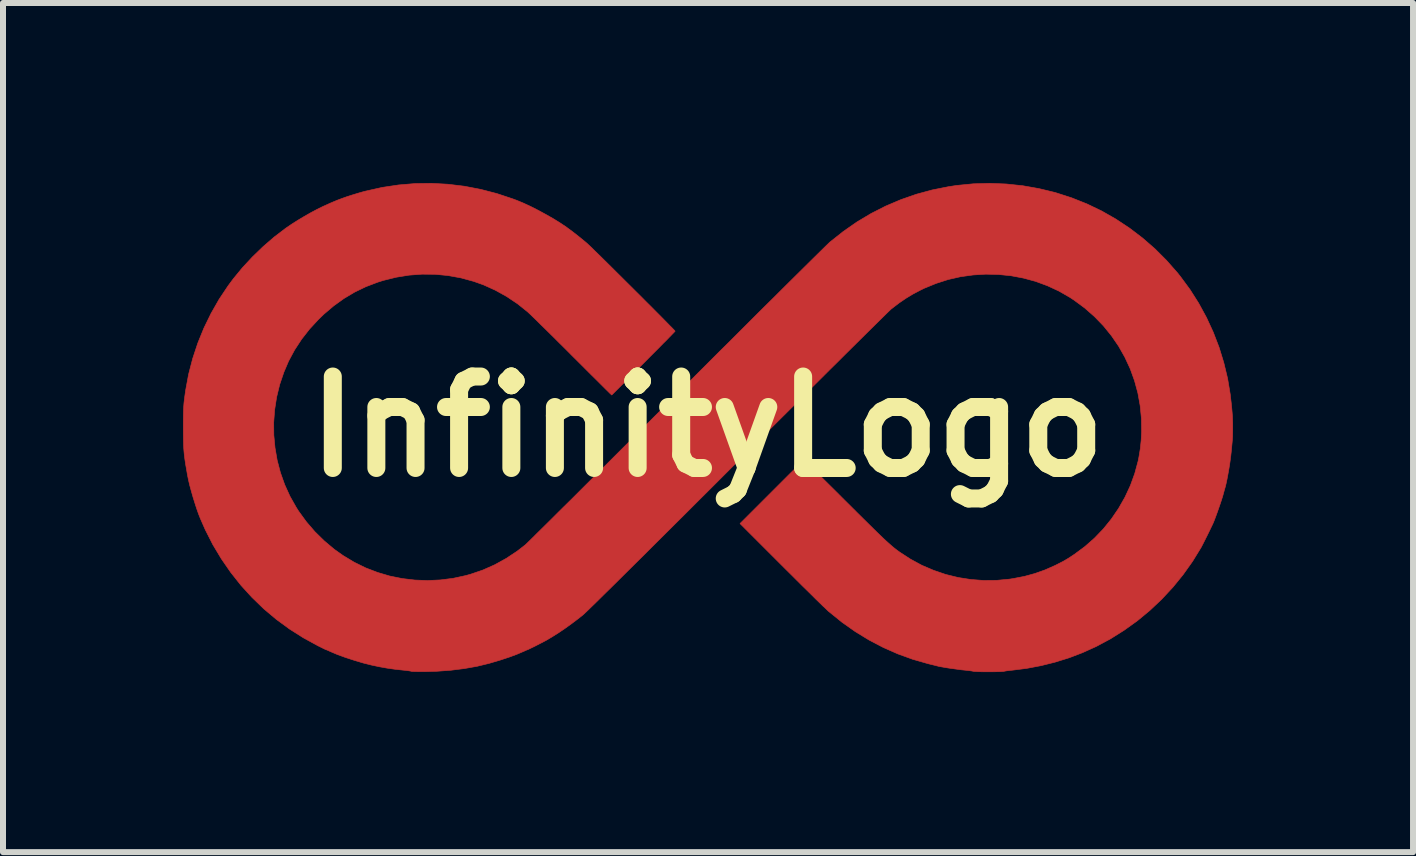
<source format=kicad_pcb>
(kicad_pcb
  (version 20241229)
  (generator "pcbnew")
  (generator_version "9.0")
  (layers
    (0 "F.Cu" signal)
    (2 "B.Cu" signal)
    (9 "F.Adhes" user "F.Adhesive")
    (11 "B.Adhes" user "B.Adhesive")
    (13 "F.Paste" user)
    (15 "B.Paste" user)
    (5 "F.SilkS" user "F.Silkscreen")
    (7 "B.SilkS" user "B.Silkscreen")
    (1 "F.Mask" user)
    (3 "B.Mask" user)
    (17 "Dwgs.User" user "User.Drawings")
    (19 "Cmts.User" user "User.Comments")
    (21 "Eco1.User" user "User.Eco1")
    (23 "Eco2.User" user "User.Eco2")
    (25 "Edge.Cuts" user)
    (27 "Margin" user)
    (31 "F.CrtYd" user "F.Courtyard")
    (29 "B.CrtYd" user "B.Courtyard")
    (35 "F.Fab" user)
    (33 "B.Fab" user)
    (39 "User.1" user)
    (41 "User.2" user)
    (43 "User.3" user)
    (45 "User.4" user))
  (footprint "InfinityLogo"
    (layer "F.Cu")
    (at 8.737 4.059)
    (property "Reference" "InfinityLogo" (at 0 0 0) (layer "F.SilkS") (effects (font (size 1.524 1.524) (thickness 0.3))))
    (attr through_hole)
    (fp_poly (pts (xy -4.323 -4.039) (xy -4.05 -4.006) (xy -3.779 -3.954) (xy -3.509 -3.884) (xy -3.242 -3.795) (xy -3.177 -3.771) (xy -3.066 -3.725) (xy -2.945 -3.669) (xy -2.819 -3.605) (xy -2.692 -3.536) (xy -2.567 -3.465) (xy -2.451 -3.393) (xy -2.346 -3.323) (xy -2.335 -3.314) (xy -2.244 -3.247) (xy -2.147 -3.171) (xy -2.05 -3.092) (xy -2.005 -3.054) (xy -1.988 -3.038) (xy -1.959 -3.011) (xy -1.919 -2.973) (xy -1.871 -2.925) (xy -1.814 -2.87) (xy -1.749 -2.806) (xy -1.679 -2.737) (xy -1.603 -2.662) (xy -1.524 -2.583) (xy -1.441 -2.501) (xy -1.356 -2.416) (xy -1.27 -2.331) (xy -1.184 -2.245) (xy -1.099 -2.161) (xy -1.017 -2.078) (xy -0.937 -1.999) (xy -0.862 -1.923) (xy -0.792 -1.853) (xy -0.728 -1.788) (xy -0.672 -1.731) (xy -0.624 -1.682) (xy -0.585 -1.643) (xy -0.557 -1.614) (xy -0.541 -1.596) (xy -0.537 -1.59) (xy -0.543 -1.583) (xy -0.562 -1.563) (xy -0.592 -1.532) (xy -0.633 -1.49) (xy -0.682 -1.439) (xy -0.741 -1.381) (xy -0.806 -1.314) (xy -0.878 -1.242) (xy -0.955 -1.165) (xy -1.036 -1.083) (xy -1.065 -1.054) (xy -1.593 -0.526) (xy -1.626 -0.557) (xy -1.637 -0.568) (xy -1.661 -0.592) (xy -1.696 -0.626) (xy -1.741 -0.671) (xy -1.796 -0.726) (xy -1.859 -0.789) (xy -1.93 -0.859) (xy -2.007 -0.936) (xy -2.089 -1.018) (xy -2.176 -1.105) (xy -2.267 -1.195) (xy -2.286 -1.215) (xy -2.378 -1.307) (xy -2.468 -1.396) (xy -2.554 -1.482) (xy -2.636 -1.563) (xy -2.712 -1.638) (xy -2.782 -1.706) (xy -2.843 -1.767) (xy -2.896 -1.818) (xy -2.939 -1.86) (xy -2.971 -1.89) (xy -2.99 -1.908) (xy -2.992 -1.91) (xy -3.163 -2.047) (xy -3.344 -2.168) (xy -3.533 -2.273) (xy -3.73 -2.362) (xy -3.893 -2.42) (xy -4.105 -2.478) (xy -4.319 -2.517) (xy -4.536 -2.538) (xy -4.753 -2.54) (xy -4.969 -2.524) (xy -5.185 -2.489) (xy -5.399 -2.436) (xy -5.494 -2.406) (xy -5.691 -2.331) (xy -5.877 -2.241) (xy -6.055 -2.135) (xy -6.225 -2.013) (xy -6.389 -1.874) (xy -6.477 -1.789) (xy -6.628 -1.626) (xy -6.761 -1.456) (xy -6.878 -1.277) (xy -6.978 -1.091) (xy -7.056 -0.908) (xy -7.126 -0.702) (xy -7.177 -0.493) (xy -7.21 -0.282) (xy -7.226 -0.07) (xy -7.224 0.142) (xy -7.204 0.353) (xy -7.168 0.562) (xy -7.114 0.767) (xy -7.043 0.967) (xy -6.955 1.161) (xy -6.85 1.347) (xy -6.81 1.41) (xy -6.682 1.586) (xy -6.54 1.751) (xy -6.383 1.905) (xy -6.215 2.046) (xy -6.068 2.15) (xy -5.885 2.26) (xy -5.694 2.354) (xy -5.496 2.43) (xy -5.293 2.49) (xy -5.085 2.532) (xy -4.874 2.557) (xy -4.661 2.565) (xy -4.448 2.555) (xy -4.235 2.528) (xy -4.024 2.482) (xy -3.945 2.46) (xy -3.74 2.39) (xy -3.542 2.302) (xy -3.352 2.197) (xy -3.169 2.076) (xy -3.031 1.969) (xy -3.02 1.958) (xy -2.995 1.934) (xy -2.958 1.898) (xy -2.909 1.85) (xy -2.849 1.79) (xy -2.778 1.72) (xy -2.696 1.639) (xy -2.605 1.549) (xy -2.504 1.448) (xy -2.394 1.339) (xy -2.275 1.222) (xy -2.149 1.096) (xy -2.015 0.962) (xy -1.874 0.822) (xy -1.726 0.675) (xy -1.573 0.522) (xy -1.414 0.363) (xy -1.249 0.199) (xy -1.08 0.031) (xy -0.907 -0.142) (xy -0.73 -0.319) (xy -0.55 -0.498) (xy -0.508 -0.54) (xy -0.327 -0.721) (xy -0.149 -0.899) (xy 0.025 -1.073) (xy 0.196 -1.244) (xy 0.363 -1.409) (xy 0.524 -1.57) (xy 0.68 -1.726) (xy 0.83 -1.876) (xy 0.974 -2.019) (xy 1.112 -2.155) (xy 1.241 -2.284) (xy 1.363 -2.405) (xy 1.477 -2.518) (xy 1.582 -2.622) (xy 1.677 -2.716) (xy 1.763 -2.801) (xy 1.839 -2.876) (xy 1.903 -2.939) (xy 1.957 -2.992) (xy 1.999 -3.033) (xy 2.028 -3.061) (xy 2.045 -3.077) (xy 2.047 -3.078) (xy 2.266 -3.252) (xy 2.493 -3.41) (xy 2.729 -3.551) (xy 2.973 -3.675) (xy 3.225 -3.782) (xy 3.483 -3.872) (xy 3.748 -3.944) (xy 4.019 -3.998) (xy 4.156 -4.019) (xy 4.431 -4.046) (xy 4.706 -4.054) (xy 4.982 -4.043) (xy 5.256 -4.014) (xy 5.527 -3.966) (xy 5.796 -3.901) (xy 5.809 -3.897) (xy 6.07 -3.813) (xy 6.324 -3.712) (xy 6.57 -3.594) (xy 6.807 -3.459) (xy 7.034 -3.309) (xy 7.251 -3.144) (xy 7.458 -2.964) (xy 7.653 -2.769) (xy 7.837 -2.56) (xy 7.886 -2.498) (xy 8.045 -2.282) (xy 8.189 -2.055) (xy 8.318 -1.818) (xy 8.431 -1.573) (xy 8.528 -1.321) (xy 8.607 -1.064) (xy 8.67 -0.802) (xy 8.714 -0.538) (xy 8.721 -0.475) (xy 8.732 -0.381) (xy 8.74 -0.3) (xy 8.746 -0.231) (xy 8.751 -0.17) (xy 8.753 -0.111) (xy 8.755 -0.052) (xy 8.755 0.011) (xy 8.755 0.014) (xy 8.755 0.069) (xy 8.754 0.118) (xy 8.753 0.166) (xy 8.75 0.215) (xy 8.745 0.269) (xy 8.739 0.332) (xy 8.732 0.407) (xy 8.722 0.497) (xy 8.721 0.499) (xy 8.713 0.567) (xy 8.702 0.642) (xy 8.689 0.721) (xy 8.675 0.799) (xy 8.661 0.874) (xy 8.647 0.941) (xy 8.634 0.996) (xy 8.624 1.031) (xy 8.617 1.054) (xy 8.608 1.088) (xy 8.597 1.127) (xy 8.596 1.132) (xy 8.585 1.17) (xy 8.569 1.221) (xy 8.549 1.281) (xy 8.527 1.345) (xy 8.504 1.411) (xy 8.481 1.475) (xy 8.46 1.531) (xy 8.442 1.578) (xy 8.43 1.607) (xy 8.411 1.647) (xy 8.387 1.697) (xy 8.36 1.753) (xy 8.331 1.812) (xy 8.302 1.87) (xy 8.275 1.924) (xy 8.252 1.969) (xy 8.234 2.003) (xy 8.228 2.015) (xy 8.086 2.246) (xy 7.929 2.467) (xy 7.758 2.677) (xy 7.573 2.876) (xy 7.376 3.062) (xy 7.167 3.235) (xy 6.947 3.393) (xy 6.718 3.537) (xy 6.481 3.664) (xy 6.251 3.768) (xy 6.028 3.853) (xy 5.796 3.925) (xy 5.56 3.984) (xy 5.323 4.029) (xy 5.093 4.058) (xy 5.045 4.063) (xy 5.002 4.068) (xy 4.968 4.073) (xy 4.948 4.077) (xy 4.948 4.077) (xy 4.931 4.08) (xy 4.899 4.082) (xy 4.853 4.084) (xy 4.797 4.085) (xy 4.735 4.086) (xy 4.688 4.086) (xy 4.623 4.086) (xy 4.562 4.085) (xy 4.509 4.083) (xy 4.467 4.081) (xy 4.438 4.079) (xy 4.429 4.077) (xy 4.409 4.073) (xy 4.375 4.068) (xy 4.332 4.063) (xy 4.284 4.058) (xy 4.284 4.058) (xy 4.233 4.053) (xy 4.174 4.045) (xy 4.109 4.036) (xy 4.042 4.027) (xy 3.978 4.017) (xy 3.921 4.007) (xy 3.875 3.999) (xy 3.842 3.992) (xy 3.841 3.991) (xy 3.82 3.986) (xy 3.785 3.977) (xy 3.741 3.966) (xy 3.691 3.954) (xy 3.672 3.949) (xy 3.421 3.877) (xy 3.173 3.787) (xy 2.931 3.68) (xy 2.694 3.556) (xy 2.465 3.416) (xy 2.244 3.26) (xy 2.033 3.089) (xy 2.019 3.078) (xy 2 3.06) (xy 1.968 3.029) (xy 1.924 2.988) (xy 1.871 2.936) (xy 1.808 2.875) (xy 1.738 2.805) (xy 1.66 2.728) (xy 1.576 2.646) (xy 1.488 2.558) (xy 1.395 2.465) (xy 1.299 2.37) (xy 1.235 2.306) (xy 0.545 1.616) (xy 1.075 1.086) (xy 1.158 1.003) (xy 1.237 0.924) (xy 1.311 0.85) (xy 1.379 0.782) (xy 1.441 0.721) (xy 1.494 0.668) (xy 1.539 0.624) (xy 1.574 0.59) (xy 1.597 0.567) (xy 1.609 0.556) (xy 1.611 0.555) (xy 1.618 0.562) (xy 1.637 0.581) (xy 1.669 0.611) (xy 1.711 0.652) (xy 1.762 0.703) (xy 1.823 0.763) (xy 1.891 0.831) (xy 1.966 0.906) (xy 2.048 0.987) (xy 2.135 1.073) (xy 2.226 1.164) (xy 2.288 1.226) (xy 2.406 1.343) (xy 2.511 1.448) (xy 2.605 1.541) (xy 2.688 1.623) (xy 2.761 1.695) (xy 2.826 1.759) (xy 2.883 1.814) (xy 2.933 1.862) (xy 2.977 1.903) (xy 3.017 1.939) (xy 3.052 1.97) (xy 3.084 1.998) (xy 3.113 2.022) (xy 3.141 2.044) (xy 3.169 2.065) (xy 3.198 2.086) (xy 3.206 2.092) (xy 3.386 2.209) (xy 3.574 2.311) (xy 3.771 2.395) (xy 3.973 2.464) (xy 4.181 2.515) (xy 4.392 2.548) (xy 4.606 2.564) (xy 4.821 2.562) (xy 5.035 2.542) (xy 5.098 2.532) (xy 5.284 2.496) (xy 5.459 2.448) (xy 5.628 2.388) (xy 5.795 2.314) (xy 5.821 2.301) (xy 5.88 2.271) (xy 5.929 2.246) (xy 5.972 2.221) (xy 6.014 2.196) (xy 6.062 2.165) (xy 6.119 2.127) (xy 6.292 1.999) (xy 6.452 1.858) (xy 6.6 1.704) (xy 6.734 1.538) (xy 6.854 1.362) (xy 6.96 1.176) (xy 7.05 0.982) (xy 7.123 0.781) (xy 7.179 0.574) (xy 7.193 0.504) (xy 7.215 0.37) (xy 7.23 0.227) (xy 7.237 0.085) (xy 7.234 -0.134) (xy 7.213 -0.349) (xy 7.175 -0.559) (xy 7.119 -0.765) (xy 7.047 -0.964) (xy 6.958 -1.156) (xy 6.854 -1.34) (xy 6.734 -1.515) (xy 6.6 -1.68) (xy 6.451 -1.834) (xy 6.288 -1.977) (xy 6.112 -2.107) (xy 6.044 -2.152) (xy 5.86 -2.258) (xy 5.668 -2.347) (xy 5.47 -2.42) (xy 5.267 -2.475) (xy 5.06 -2.514) (xy 4.851 -2.535) (xy 4.64 -2.54) (xy 4.43 -2.527) (xy 4.221 -2.498) (xy 4.014 -2.451) (xy 3.812 -2.386) (xy 3.614 -2.305) (xy 3.549 -2.273) (xy 3.427 -2.209) (xy 3.313 -2.14) (xy 3.201 -2.064) (xy 3.087 -1.977) (xy 3.064 -1.959) (xy 3.052 -1.948) (xy 3.027 -1.924) (xy 2.99 -1.888) (xy 2.941 -1.84) (xy 2.88 -1.78) (xy 2.809 -1.71) (xy 2.727 -1.629) (xy 2.635 -1.538) (xy 2.534 -1.438) (xy 2.423 -1.328) (xy 2.304 -1.21) (xy 2.178 -1.084) (xy 2.043 -0.951) (xy 1.902 -0.81) (xy 1.754 -0.663) (xy 1.6 -0.509) (xy 1.44 -0.35) (xy 1.275 -0.186) (xy 1.105 -0.017) (xy 0.932 0.156) (xy 0.754 0.333) (xy 0.574 0.514) (xy 0.513 0.574) (xy 0.282 0.805) (xy 0.061 1.026) (xy -0.151 1.237) (xy -0.353 1.439) (xy -0.545 1.63) (xy -0.726 1.81) (xy -0.897 1.98) (xy -1.057 2.14) (xy -1.207 2.288) (xy -1.345 2.425) (xy -1.472 2.551) (xy -1.587 2.665) (xy -1.691 2.767) (xy -1.782 2.857) (xy -1.862 2.936) (xy -1.929 3.001) (xy -1.984 3.055) (xy -2.026 3.095) (xy -2.056 3.123) (xy -2.071 3.137) (xy -2.166 3.212) (xy -2.27 3.29) (xy -2.377 3.367) (xy -2.484 3.439) (xy -2.587 3.504) (xy -2.68 3.559) (xy -2.683 3.561) (xy -2.712 3.576) (xy -2.749 3.596) (xy -2.793 3.618) (xy -2.839 3.642) (xy -2.884 3.665) (xy -2.926 3.685) (xy -2.961 3.702) (xy -2.985 3.714) (xy -2.997 3.719) (xy -2.997 3.719) (xy -3.007 3.722) (xy -3.03 3.732) (xy -3.06 3.746) (xy -3.061 3.746) (xy -3.173 3.794) (xy -3.3 3.841) (xy -3.445 3.889) (xy -3.607 3.937) (xy -3.634 3.945) (xy -3.835 3.994) (xy -4.049 4.032) (xy -4.272 4.06) (xy -4.503 4.077) (xy -4.67 4.082) (xy -4.737 4.083) (xy -4.798 4.083) (xy -4.851 4.082) (xy -4.893 4.081) (xy -4.921 4.08) (xy -4.933 4.078) (xy -4.947 4.074) (xy -4.976 4.069) (xy -5.016 4.064) (xy -5.063 4.059) (xy -5.074 4.058) (xy -5.203 4.044) (xy -5.337 4.025) (xy -5.47 4.001) (xy -5.597 3.974) (xy -5.712 3.945) (xy -5.715 3.945) (xy -5.883 3.895) (xy -6.034 3.846) (xy -6.168 3.797) (xy -6.286 3.747) (xy -6.296 3.742) (xy -6.324 3.729) (xy -6.344 3.721) (xy -6.351 3.719) (xy -6.361 3.715) (xy -6.385 3.704) (xy -6.419 3.687) (xy -6.461 3.666) (xy -6.488 3.653) (xy -6.731 3.52) (xy -6.963 3.373) (xy -7.184 3.211) (xy -7.393 3.035) (xy -7.589 2.845) (xy -7.773 2.643) (xy -7.943 2.428) (xy -8.099 2.202) (xy -8.241 1.965) (xy -8.367 1.717) (xy -8.449 1.53) (xy -8.479 1.454) (xy -8.51 1.366) (xy -8.541 1.27) (xy -8.572 1.17) (xy -8.6 1.071) (xy -8.626 0.976) (xy -8.646 0.89) (xy -8.661 0.816) (xy -8.662 0.812) (xy -8.679 0.712) (xy -8.694 0.627) (xy -8.705 0.553) (xy -8.714 0.487) (xy -8.72 0.425) (xy -8.725 0.364) (xy -8.728 0.3) (xy -8.73 0.23) (xy -8.731 0.149) (xy -8.732 0.054) (xy -8.732 0.014) (xy -8.732 -0.082) (xy -8.731 -0.163) (xy -8.73 -0.231) (xy -8.728 -0.29) (xy -8.725 -0.344) (xy -8.721 -0.395) (xy -8.715 -0.447) (xy -8.708 -0.502) (xy -8.699 -0.565) (xy -8.693 -0.607) (xy -8.644 -0.872) (xy -8.576 -1.134) (xy -8.491 -1.391) (xy -8.389 -1.642) (xy -8.27 -1.886) (xy -8.136 -2.121) (xy -7.986 -2.346) (xy -7.9 -2.462) (xy -7.748 -2.647) (xy -7.581 -2.827) (xy -7.403 -2.999) (xy -7.218 -3.159) (xy -7.028 -3.304) (xy -7.015 -3.313) (xy -6.924 -3.375) (xy -6.823 -3.439) (xy -6.716 -3.503) (xy -6.607 -3.565) (xy -6.5 -3.622) (xy -6.4 -3.671) (xy -6.326 -3.704) (xy -6.289 -3.721) (xy -6.256 -3.735) (xy -6.233 -3.745) (xy -6.228 -3.747) (xy -6.168 -3.772) (xy -6.094 -3.8) (xy -6.01 -3.83) (xy -5.92 -3.859) (xy -5.828 -3.887) (xy -5.738 -3.913) (xy -5.691 -3.925) (xy -5.418 -3.986) (xy -5.145 -4.027) (xy -4.871 -4.05) (xy -4.597 -4.054) (xy -4.323 -4.039)) (stroke (width 0.01) (type solid)) (fill yes) (layer "F.Cu"))
    (fp_poly (pts (xy -4.323 -4.039) (xy -4.05 -4.006) (xy -3.779 -3.954) (xy -3.509 -3.884) (xy -3.242 -3.795) (xy -3.177 -3.771) (xy -3.066 -3.725) (xy -2.945 -3.669) (xy -2.819 -3.605) (xy -2.692 -3.536) (xy -2.567 -3.465) (xy -2.451 -3.393) (xy -2.346 -3.323) (xy -2.335 -3.314) (xy -2.244 -3.247) (xy -2.147 -3.171) (xy -2.05 -3.092) (xy -2.005 -3.054) (xy -1.988 -3.038) (xy -1.959 -3.011) (xy -1.919 -2.973) (xy -1.871 -2.925) (xy -1.814 -2.87) (xy -1.749 -2.806) (xy -1.679 -2.737) (xy -1.603 -2.662) (xy -1.524 -2.583) (xy -1.441 -2.501) (xy -1.356 -2.416) (xy -1.27 -2.331) (xy -1.184 -2.245) (xy -1.099 -2.161) (xy -1.017 -2.078) (xy -0.937 -1.999) (xy -0.862 -1.923) (xy -0.792 -1.853) (xy -0.728 -1.788) (xy -0.672 -1.731) (xy -0.624 -1.682) (xy -0.585 -1.643) (xy -0.557 -1.614) (xy -0.541 -1.596) (xy -0.537 -1.59) (xy -0.543 -1.583) (xy -0.562 -1.563) (xy -0.592 -1.532) (xy -0.633 -1.49) (xy -0.682 -1.439) (xy -0.741 -1.381) (xy -0.806 -1.314) (xy -0.878 -1.242) (xy -0.955 -1.165) (xy -1.036 -1.083) (xy -1.065 -1.054) (xy -1.593 -0.526) (xy -1.626 -0.557) (xy -1.637 -0.568) (xy -1.661 -0.592) (xy -1.696 -0.626) (xy -1.741 -0.671) (xy -1.796 -0.726) (xy -1.859 -0.789) (xy -1.93 -0.859) (xy -2.007 -0.936) (xy -2.089 -1.018) (xy -2.176 -1.105) (xy -2.267 -1.195) (xy -2.286 -1.215) (xy -2.378 -1.307) (xy -2.468 -1.396) (xy -2.554 -1.482) (xy -2.636 -1.563) (xy -2.712 -1.638) (xy -2.782 -1.706) (xy -2.843 -1.767) (xy -2.896 -1.818) (xy -2.939 -1.86) (xy -2.971 -1.89) (xy -2.99 -1.908) (xy -2.992 -1.91) (xy -3.163 -2.047) (xy -3.344 -2.168) (xy -3.533 -2.273) (xy -3.73 -2.362) (xy -3.893 -2.42) (xy -4.105 -2.478) (xy -4.319 -2.517) (xy -4.536 -2.538) (xy -4.753 -2.54) (xy -4.969 -2.524) (xy -5.185 -2.489) (xy -5.399 -2.436) (xy -5.494 -2.406) (xy -5.691 -2.331) (xy -5.877 -2.241) (xy -6.055 -2.135) (xy -6.225 -2.013) (xy -6.389 -1.874) (xy -6.477 -1.789) (xy -6.628 -1.626) (xy -6.761 -1.456) (xy -6.878 -1.277) (xy -6.978 -1.091) (xy -7.056 -0.908) (xy -7.126 -0.702) (xy -7.177 -0.493) (xy -7.21 -0.282) (xy -7.226 -0.07) (xy -7.224 0.142) (xy -7.204 0.353) (xy -7.168 0.562) (xy -7.114 0.767) (xy -7.043 0.967) (xy -6.955 1.161) (xy -6.85 1.347) (xy -6.81 1.41) (xy -6.682 1.586) (xy -6.54 1.751) (xy -6.383 1.905) (xy -6.215 2.046) (xy -6.068 2.15) (xy -5.885 2.26) (xy -5.694 2.354) (xy -5.496 2.43) (xy -5.293 2.49) (xy -5.085 2.532) (xy -4.874 2.557) (xy -4.661 2.565) (xy -4.448 2.555) (xy -4.235 2.528) (xy -4.024 2.482) (xy -3.945 2.46) (xy -3.74 2.39) (xy -3.542 2.302) (xy -3.352 2.197) (xy -3.169 2.076) (xy -3.031 1.969) (xy -3.02 1.958) (xy -2.995 1.934) (xy -2.958 1.898) (xy -2.909 1.85) (xy -2.849 1.79) (xy -2.778 1.72) (xy -2.696 1.639) (xy -2.605 1.549) (xy -2.504 1.448) (xy -2.394 1.339) (xy -2.275 1.222) (xy -2.149 1.096) (xy -2.015 0.962) (xy -1.874 0.822) (xy -1.726 0.675) (xy -1.573 0.522) (xy -1.414 0.363) (xy -1.249 0.199) (xy -1.08 0.031) (xy -0.907 -0.142) (xy -0.73 -0.319) (xy -0.55 -0.498) (xy -0.508 -0.54) (xy -0.327 -0.721) (xy -0.149 -0.899) (xy 0.025 -1.073) (xy 0.196 -1.244) (xy 0.363 -1.409) (xy 0.524 -1.57) (xy 0.68 -1.726) (xy 0.83 -1.876) (xy 0.974 -2.019) (xy 1.112 -2.155) (xy 1.241 -2.284) (xy 1.363 -2.405) (xy 1.477 -2.518) (xy 1.582 -2.622) (xy 1.677 -2.716) (xy 1.763 -2.801) (xy 1.839 -2.876) (xy 1.903 -2.939) (xy 1.957 -2.992) (xy 1.999 -3.033) (xy 2.028 -3.061) (xy 2.045 -3.077) (xy 2.047 -3.078) (xy 2.266 -3.252) (xy 2.493 -3.41) (xy 2.729 -3.551) (xy 2.973 -3.675) (xy 3.225 -3.782) (xy 3.483 -3.872) (xy 3.748 -3.944) (xy 4.019 -3.998) (xy 4.156 -4.019) (xy 4.431 -4.046) (xy 4.706 -4.054) (xy 4.982 -4.043) (xy 5.256 -4.014) (xy 5.527 -3.966) (xy 5.796 -3.901) (xy 5.809 -3.897) (xy 6.07 -3.813) (xy 6.324 -3.712) (xy 6.57 -3.594) (xy 6.807 -3.459) (xy 7.034 -3.309) (xy 7.251 -3.144) (xy 7.458 -2.964) (xy 7.653 -2.769) (xy 7.837 -2.56) (xy 7.886 -2.498) (xy 8.045 -2.282) (xy 8.189 -2.055) (xy 8.318 -1.818) (xy 8.431 -1.573) (xy 8.528 -1.321) (xy 8.607 -1.064) (xy 8.67 -0.802) (xy 8.714 -0.538) (xy 8.721 -0.475) (xy 8.732 -0.381) (xy 8.74 -0.3) (xy 8.746 -0.231) (xy 8.751 -0.17) (xy 8.753 -0.111) (xy 8.755 -0.052) (xy 8.755 0.011) (xy 8.755 0.014) (xy 8.755 0.069) (xy 8.754 0.118) (xy 8.753 0.166) (xy 8.75 0.215) (xy 8.745 0.269) (xy 8.739 0.332) (xy 8.732 0.407) (xy 8.722 0.497) (xy 8.721 0.499) (xy 8.713 0.567) (xy 8.702 0.642) (xy 8.689 0.721) (xy 8.675 0.799) (xy 8.661 0.874) (xy 8.647 0.941) (xy 8.634 0.996) (xy 8.624 1.031) (xy 8.617 1.054) (xy 8.608 1.088) (xy 8.597 1.127) (xy 8.596 1.132) (xy 8.585 1.17) (xy 8.569 1.221) (xy 8.549 1.281) (xy 8.527 1.345) (xy 8.504 1.411) (xy 8.481 1.475) (xy 8.46 1.531) (xy 8.442 1.578) (xy 8.43 1.607) (xy 8.411 1.647) (xy 8.387 1.697) (xy 8.36 1.753) (xy 8.331 1.812) (xy 8.302 1.87) (xy 8.275 1.924) (xy 8.252 1.969) (xy 8.234 2.003) (xy 8.228 2.015) (xy 8.086 2.246) (xy 7.929 2.467) (xy 7.758 2.677) (xy 7.573 2.876) (xy 7.376 3.062) (xy 7.167 3.235) (xy 6.947 3.393) (xy 6.718 3.537) (xy 6.481 3.664) (xy 6.251 3.768) (xy 6.028 3.853) (xy 5.796 3.925) (xy 5.56 3.984) (xy 5.323 4.029) (xy 5.093 4.058) (xy 5.045 4.063) (xy 5.002 4.068) (xy 4.968 4.073) (xy 4.948 4.077) (xy 4.948 4.077) (xy 4.931 4.08) (xy 4.899 4.082) (xy 4.853 4.084) (xy 4.797 4.085) (xy 4.735 4.086) (xy 4.688 4.086) (xy 4.623 4.086) (xy 4.562 4.085) (xy 4.509 4.083) (xy 4.467 4.081) (xy 4.438 4.079) (xy 4.429 4.077) (xy 4.409 4.073) (xy 4.375 4.068) (xy 4.332 4.063) (xy 4.284 4.058) (xy 4.284 4.058) (xy 4.233 4.053) (xy 4.174 4.045) (xy 4.109 4.036) (xy 4.042 4.027) (xy 3.978 4.017) (xy 3.921 4.007) (xy 3.875 3.999) (xy 3.842 3.992) (xy 3.841 3.991) (xy 3.82 3.986) (xy 3.785 3.977) (xy 3.741 3.966) (xy 3.691 3.954) (xy 3.672 3.949) (xy 3.421 3.877) (xy 3.173 3.787) (xy 2.931 3.68) (xy 2.694 3.556) (xy 2.465 3.416) (xy 2.244 3.26) (xy 2.033 3.089) (xy 2.019 3.078) (xy 2 3.06) (xy 1.968 3.029) (xy 1.924 2.988) (xy 1.871 2.936) (xy 1.808 2.875) (xy 1.738 2.805) (xy 1.66 2.728) (xy 1.576 2.646) (xy 1.488 2.558) (xy 1.395 2.465) (xy 1.299 2.37) (xy 1.235 2.306) (xy 0.545 1.616) (xy 1.075 1.086) (xy 1.158 1.003) (xy 1.237 0.924) (xy 1.311 0.85) (xy 1.379 0.782) (xy 1.441 0.721) (xy 1.494 0.668) (xy 1.539 0.624) (xy 1.574 0.59) (xy 1.597 0.567) (xy 1.609 0.556) (xy 1.611 0.555) (xy 1.618 0.562) (xy 1.637 0.581) (xy 1.669 0.611) (xy 1.711 0.652) (xy 1.762 0.703) (xy 1.823 0.763) (xy 1.891 0.831) (xy 1.966 0.906) (xy 2.048 0.987) (xy 2.135 1.073) (xy 2.226 1.164) (xy 2.288 1.226) (xy 2.406 1.343) (xy 2.511 1.448) (xy 2.605 1.541) (xy 2.688 1.623) (xy 2.761 1.695) (xy 2.826 1.759) (xy 2.883 1.814) (xy 2.933 1.862) (xy 2.977 1.903) (xy 3.017 1.939) (xy 3.052 1.97) (xy 3.084 1.998) (xy 3.113 2.022) (xy 3.141 2.044) (xy 3.169 2.065) (xy 3.198 2.086) (xy 3.206 2.092) (xy 3.386 2.209) (xy 3.574 2.311) (xy 3.771 2.395) (xy 3.973 2.464) (xy 4.181 2.515) (xy 4.392 2.548) (xy 4.606 2.564) (xy 4.821 2.562) (xy 5.035 2.542) (xy 5.098 2.532) (xy 5.284 2.496) (xy 5.459 2.448) (xy 5.628 2.388) (xy 5.795 2.314) (xy 5.821 2.301) (xy 5.88 2.271) (xy 5.929 2.246) (xy 5.972 2.221) (xy 6.014 2.196) (xy 6.062 2.165) (xy 6.119 2.127) (xy 6.292 1.999) (xy 6.452 1.858) (xy 6.6 1.704) (xy 6.734 1.538) (xy 6.854 1.362) (xy 6.96 1.176) (xy 7.05 0.982) (xy 7.123 0.781) (xy 7.179 0.574) (xy 7.193 0.504) (xy 7.215 0.37) (xy 7.23 0.227) (xy 7.237 0.085) (xy 7.234 -0.134) (xy 7.213 -0.349) (xy 7.175 -0.559) (xy 7.119 -0.765) (xy 7.047 -0.964) (xy 6.958 -1.156) (xy 6.854 -1.34) (xy 6.734 -1.515) (xy 6.6 -1.68) (xy 6.451 -1.834) (xy 6.288 -1.977) (xy 6.112 -2.107) (xy 6.044 -2.152) (xy 5.86 -2.258) (xy 5.668 -2.347) (xy 5.47 -2.42) (xy 5.267 -2.475) (xy 5.06 -2.514) (xy 4.851 -2.535) (xy 4.64 -2.54) (xy 4.43 -2.527) (xy 4.221 -2.498) (xy 4.014 -2.451) (xy 3.812 -2.386) (xy 3.614 -2.305) (xy 3.549 -2.273) (xy 3.427 -2.209) (xy 3.313 -2.14) (xy 3.201 -2.064) (xy 3.087 -1.977) (xy 3.064 -1.959) (xy 3.052 -1.948) (xy 3.027 -1.924) (xy 2.99 -1.888) (xy 2.941 -1.84) (xy 2.88 -1.78) (xy 2.809 -1.71) (xy 2.727 -1.629) (xy 2.635 -1.538) (xy 2.534 -1.438) (xy 2.423 -1.328) (xy 2.304 -1.21) (xy 2.178 -1.084) (xy 2.043 -0.951) (xy 1.902 -0.81) (xy 1.754 -0.663) (xy 1.6 -0.509) (xy 1.44 -0.35) (xy 1.275 -0.186) (xy 1.105 -0.017) (xy 0.932 0.156) (xy 0.754 0.333) (xy 0.574 0.514) (xy 0.513 0.574) (xy 0.282 0.805) (xy 0.061 1.026) (xy -0.151 1.237) (xy -0.353 1.439) (xy -0.545 1.63) (xy -0.726 1.81) (xy -0.897 1.98) (xy -1.057 2.14) (xy -1.207 2.288) (xy -1.345 2.425) (xy -1.472 2.551) (xy -1.587 2.665) (xy -1.691 2.767) (xy -1.782 2.857) (xy -1.862 2.936) (xy -1.929 3.001) (xy -1.984 3.055) (xy -2.026 3.095) (xy -2.056 3.123) (xy -2.071 3.137) (xy -2.166 3.212) (xy -2.27 3.29) (xy -2.377 3.367) (xy -2.484 3.439) (xy -2.587 3.504) (xy -2.68 3.559) (xy -2.683 3.561) (xy -2.712 3.576) (xy -2.749 3.596) (xy -2.793 3.618) (xy -2.839 3.642) (xy -2.884 3.665) (xy -2.926 3.685) (xy -2.961 3.702) (xy -2.985 3.714) (xy -2.997 3.719) (xy -2.997 3.719) (xy -3.007 3.722) (xy -3.03 3.732) (xy -3.06 3.746) (xy -3.061 3.746) (xy -3.173 3.794) (xy -3.3 3.841) (xy -3.445 3.889) (xy -3.607 3.937) (xy -3.634 3.945) (xy -3.835 3.994) (xy -4.049 4.032) (xy -4.272 4.06) (xy -4.503 4.077) (xy -4.67 4.082) (xy -4.737 4.083) (xy -4.798 4.083) (xy -4.851 4.082) (xy -4.893 4.081) (xy -4.921 4.08) (xy -4.933 4.078) (xy -4.947 4.074) (xy -4.976 4.069) (xy -5.016 4.064) (xy -5.063 4.059) (xy -5.074 4.058) (xy -5.203 4.044) (xy -5.337 4.025) (xy -5.47 4.001) (xy -5.597 3.974) (xy -5.712 3.945) (xy -5.715 3.945) (xy -5.883 3.895) (xy -6.034 3.846) (xy -6.168 3.797) (xy -6.286 3.747) (xy -6.296 3.742) (xy -6.324 3.729) (xy -6.344 3.721) (xy -6.351 3.719) (xy -6.361 3.715) (xy -6.385 3.704) (xy -6.419 3.687) (xy -6.461 3.666) (xy -6.488 3.653) (xy -6.731 3.52) (xy -6.963 3.373) (xy -7.184 3.211) (xy -7.393 3.035) (xy -7.589 2.845) (xy -7.773 2.643) (xy -7.943 2.428) (xy -8.099 2.202) (xy -8.241 1.965) (xy -8.367 1.717) (xy -8.449 1.53) (xy -8.479 1.454) (xy -8.51 1.366) (xy -8.541 1.27) (xy -8.572 1.17) (xy -8.6 1.071) (xy -8.626 0.976) (xy -8.646 0.89) (xy -8.661 0.816) (xy -8.662 0.812) (xy -8.679 0.712) (xy -8.694 0.627) (xy -8.705 0.553) (xy -8.714 0.487) (xy -8.72 0.425) (xy -8.725 0.364) (xy -8.728 0.3) (xy -8.73 0.23) (xy -8.731 0.149) (xy -8.732 0.054) (xy -8.732 0.014) (xy -8.732 -0.082) (xy -8.731 -0.163) (xy -8.73 -0.231) (xy -8.728 -0.29) (xy -8.725 -0.344) (xy -8.721 -0.395) (xy -8.715 -0.447) (xy -8.708 -0.502) (xy -8.699 -0.565) (xy -8.693 -0.607) (xy -8.644 -0.872) (xy -8.576 -1.134) (xy -8.491 -1.391) (xy -8.389 -1.642) (xy -8.27 -1.886) (xy -8.136 -2.121) (xy -7.986 -2.346) (xy -7.9 -2.462) (xy -7.748 -2.647) (xy -7.581 -2.827) (xy -7.403 -2.999) (xy -7.218 -3.159) (xy -7.028 -3.304) (xy -7.015 -3.313) (xy -6.924 -3.375) (xy -6.823 -3.439) (xy -6.716 -3.503) (xy -6.607 -3.565) (xy -6.5 -3.622) (xy -6.4 -3.671) (xy -6.326 -3.704) (xy -6.289 -3.721) (xy -6.256 -3.735) (xy -6.233 -3.745) (xy -6.228 -3.747) (xy -6.168 -3.772) (xy -6.094 -3.8) (xy -6.01 -3.83) (xy -5.92 -3.859) (xy -5.828 -3.887) (xy -5.738 -3.913) (xy -5.691 -3.925) (xy -5.418 -3.986) (xy -5.145 -4.027) (xy -4.871 -4.05) (xy -4.597 -4.054) (xy -4.323 -4.039)) (stroke (width 0.01) (type solid)) (fill yes) (layer "F.Mask"))
    (fp_poly (pts (xy -4.323 -4.039) (xy -4.05 -4.006) (xy -3.779 -3.954) (xy -3.509 -3.884) (xy -3.242 -3.795) (xy -3.177 -3.771) (xy -3.066 -3.725) (xy -2.945 -3.669) (xy -2.819 -3.605) (xy -2.692 -3.536) (xy -2.567 -3.465) (xy -2.451 -3.393) (xy -2.346 -3.323) (xy -2.335 -3.314) (xy -2.244 -3.247) (xy -2.147 -3.171) (xy -2.05 -3.092) (xy -2.005 -3.054) (xy -1.988 -3.038) (xy -1.959 -3.011) (xy -1.919 -2.973) (xy -1.871 -2.925) (xy -1.814 -2.87) (xy -1.749 -2.806) (xy -1.679 -2.737) (xy -1.603 -2.662) (xy -1.524 -2.583) (xy -1.441 -2.501) (xy -1.356 -2.416) (xy -1.27 -2.331) (xy -1.184 -2.245) (xy -1.099 -2.161) (xy -1.017 -2.078) (xy -0.937 -1.999) (xy -0.862 -1.923) (xy -0.792 -1.853) (xy -0.728 -1.788) (xy -0.672 -1.731) (xy -0.624 -1.682) (xy -0.585 -1.643) (xy -0.557 -1.614) (xy -0.541 -1.596) (xy -0.537 -1.59) (xy -0.543 -1.583) (xy -0.562 -1.563) (xy -0.592 -1.532) (xy -0.633 -1.49) (xy -0.682 -1.439) (xy -0.741 -1.381) (xy -0.806 -1.314) (xy -0.878 -1.242) (xy -0.955 -1.165) (xy -1.036 -1.083) (xy -1.065 -1.054) (xy -1.593 -0.526) (xy -1.626 -0.557) (xy -1.637 -0.568) (xy -1.661 -0.592) (xy -1.696 -0.626) (xy -1.741 -0.671) (xy -1.796 -0.726) (xy -1.859 -0.789) (xy -1.93 -0.859) (xy -2.007 -0.936) (xy -2.089 -1.018) (xy -2.176 -1.105) (xy -2.267 -1.195) (xy -2.286 -1.215) (xy -2.378 -1.307) (xy -2.468 -1.396) (xy -2.554 -1.482) (xy -2.636 -1.563) (xy -2.712 -1.638) (xy -2.782 -1.706) (xy -2.843 -1.767) (xy -2.896 -1.818) (xy -2.939 -1.86) (xy -2.971 -1.89) (xy -2.99 -1.908) (xy -2.992 -1.91) (xy -3.163 -2.047) (xy -3.344 -2.168) (xy -3.533 -2.273) (xy -3.73 -2.362) (xy -3.893 -2.42) (xy -4.105 -2.478) (xy -4.319 -2.517) (xy -4.536 -2.538) (xy -4.753 -2.54) (xy -4.969 -2.524) (xy -5.185 -2.489) (xy -5.399 -2.436) (xy -5.494 -2.406) (xy -5.691 -2.331) (xy -5.877 -2.241) (xy -6.055 -2.135) (xy -6.225 -2.013) (xy -6.389 -1.874) (xy -6.477 -1.789) (xy -6.628 -1.626) (xy -6.761 -1.456) (xy -6.878 -1.277) (xy -6.978 -1.091) (xy -7.056 -0.908) (xy -7.126 -0.702) (xy -7.177 -0.493) (xy -7.21 -0.282) (xy -7.226 -0.07) (xy -7.224 0.142) (xy -7.204 0.353) (xy -7.168 0.562) (xy -7.114 0.767) (xy -7.043 0.967) (xy -6.955 1.161) (xy -6.85 1.347) (xy -6.81 1.41) (xy -6.682 1.586) (xy -6.54 1.751) (xy -6.383 1.905) (xy -6.215 2.046) (xy -6.068 2.15) (xy -5.885 2.26) (xy -5.694 2.354) (xy -5.496 2.43) (xy -5.293 2.49) (xy -5.085 2.532) (xy -4.874 2.557) (xy -4.661 2.565) (xy -4.448 2.555) (xy -4.235 2.528) (xy -4.024 2.482) (xy -3.945 2.46) (xy -3.74 2.39) (xy -3.542 2.302) (xy -3.352 2.197) (xy -3.169 2.076) (xy -3.031 1.969) (xy -3.02 1.958) (xy -2.995 1.934) (xy -2.958 1.898) (xy -2.909 1.85) (xy -2.849 1.79) (xy -2.778 1.72) (xy -2.696 1.639) (xy -2.605 1.549) (xy -2.504 1.448) (xy -2.394 1.339) (xy -2.275 1.222) (xy -2.149 1.096) (xy -2.015 0.962) (xy -1.874 0.822) (xy -1.726 0.675) (xy -1.573 0.522) (xy -1.414 0.363) (xy -1.249 0.199) (xy -1.08 0.031) (xy -0.907 -0.142) (xy -0.73 -0.319) (xy -0.55 -0.498) (xy -0.508 -0.54) (xy -0.327 -0.721) (xy -0.149 -0.899) (xy 0.025 -1.073) (xy 0.196 -1.244) (xy 0.363 -1.409) (xy 0.524 -1.57) (xy 0.68 -1.726) (xy 0.83 -1.876) (xy 0.974 -2.019) (xy 1.112 -2.155) (xy 1.241 -2.284) (xy 1.363 -2.405) (xy 1.477 -2.518) (xy 1.582 -2.622) (xy 1.677 -2.716) (xy 1.763 -2.801) (xy 1.839 -2.876) (xy 1.903 -2.939) (xy 1.957 -2.992) (xy 1.999 -3.033) (xy 2.028 -3.061) (xy 2.045 -3.077) (xy 2.047 -3.078) (xy 2.266 -3.252) (xy 2.493 -3.41) (xy 2.729 -3.551) (xy 2.973 -3.675) (xy 3.225 -3.782) (xy 3.483 -3.872) (xy 3.748 -3.944) (xy 4.019 -3.998) (xy 4.156 -4.019) (xy 4.431 -4.046) (xy 4.706 -4.054) (xy 4.982 -4.043) (xy 5.256 -4.014) (xy 5.527 -3.966) (xy 5.796 -3.901) (xy 5.809 -3.897) (xy 6.07 -3.813) (xy 6.324 -3.712) (xy 6.57 -3.594) (xy 6.807 -3.459) (xy 7.034 -3.309) (xy 7.251 -3.144) (xy 7.458 -2.964) (xy 7.653 -2.769) (xy 7.837 -2.56) (xy 7.886 -2.498) (xy 8.045 -2.282) (xy 8.189 -2.055) (xy 8.318 -1.818) (xy 8.431 -1.573) (xy 8.528 -1.321) (xy 8.607 -1.064) (xy 8.67 -0.802) (xy 8.714 -0.538) (xy 8.721 -0.475) (xy 8.732 -0.381) (xy 8.74 -0.3) (xy 8.746 -0.231) (xy 8.751 -0.17) (xy 8.753 -0.111) (xy 8.755 -0.052) (xy 8.755 0.011) (xy 8.755 0.014) (xy 8.755 0.069) (xy 8.754 0.118) (xy 8.753 0.166) (xy 8.75 0.215) (xy 8.745 0.269) (xy 8.739 0.332) (xy 8.732 0.407) (xy 8.722 0.497) (xy 8.721 0.499) (xy 8.713 0.567) (xy 8.702 0.642) (xy 8.689 0.721) (xy 8.675 0.799) (xy 8.661 0.874) (xy 8.647 0.941) (xy 8.634 0.996) (xy 8.624 1.031) (xy 8.617 1.054) (xy 8.608 1.088) (xy 8.597 1.127) (xy 8.596 1.132) (xy 8.585 1.17) (xy 8.569 1.221) (xy 8.549 1.281) (xy 8.527 1.345) (xy 8.504 1.411) (xy 8.481 1.475) (xy 8.46 1.531) (xy 8.442 1.578) (xy 8.43 1.607) (xy 8.411 1.647) (xy 8.387 1.697) (xy 8.36 1.753) (xy 8.331 1.812) (xy 8.302 1.87) (xy 8.275 1.924) (xy 8.252 1.969) (xy 8.234 2.003) (xy 8.228 2.015) (xy 8.086 2.246) (xy 7.929 2.467) (xy 7.758 2.677) (xy 7.573 2.876) (xy 7.376 3.062) (xy 7.167 3.235) (xy 6.947 3.393) (xy 6.718 3.537) (xy 6.481 3.664) (xy 6.251 3.768) (xy 6.028 3.853) (xy 5.796 3.925) (xy 5.56 3.984) (xy 5.323 4.029) (xy 5.093 4.058) (xy 5.045 4.063) (xy 5.002 4.068) (xy 4.968 4.073) (xy 4.948 4.077) (xy 4.948 4.077) (xy 4.931 4.08) (xy 4.899 4.082) (xy 4.853 4.084) (xy 4.797 4.085) (xy 4.735 4.086) (xy 4.688 4.086) (xy 4.623 4.086) (xy 4.562 4.085) (xy 4.509 4.083) (xy 4.467 4.081) (xy 4.438 4.079) (xy 4.429 4.077) (xy 4.409 4.073) (xy 4.375 4.068) (xy 4.332 4.063) (xy 4.284 4.058) (xy 4.284 4.058) (xy 4.233 4.053) (xy 4.174 4.045) (xy 4.109 4.036) (xy 4.042 4.027) (xy 3.978 4.017) (xy 3.921 4.007) (xy 3.875 3.999) (xy 3.842 3.992) (xy 3.841 3.991) (xy 3.82 3.986) (xy 3.785 3.977) (xy 3.741 3.966) (xy 3.691 3.954) (xy 3.672 3.949) (xy 3.421 3.877) (xy 3.173 3.787) (xy 2.931 3.68) (xy 2.694 3.556) (xy 2.465 3.416) (xy 2.244 3.26) (xy 2.033 3.089) (xy 2.019 3.078) (xy 2 3.06) (xy 1.968 3.029) (xy 1.924 2.988) (xy 1.871 2.936) (xy 1.808 2.875) (xy 1.738 2.805) (xy 1.66 2.728) (xy 1.576 2.646) (xy 1.488 2.558) (xy 1.395 2.465) (xy 1.299 2.37) (xy 1.235 2.306) (xy 0.545 1.616) (xy 1.075 1.086) (xy 1.158 1.003) (xy 1.237 0.924) (xy 1.311 0.85) (xy 1.379 0.782) (xy 1.441 0.721) (xy 1.494 0.668) (xy 1.539 0.624) (xy 1.574 0.59) (xy 1.597 0.567) (xy 1.609 0.556) (xy 1.611 0.555) (xy 1.618 0.562) (xy 1.637 0.581) (xy 1.669 0.611) (xy 1.711 0.652) (xy 1.762 0.703) (xy 1.823 0.763) (xy 1.891 0.831) (xy 1.966 0.906) (xy 2.048 0.987) (xy 2.135 1.073) (xy 2.226 1.164) (xy 2.288 1.226) (xy 2.406 1.343) (xy 2.511 1.448) (xy 2.605 1.541) (xy 2.688 1.623) (xy 2.761 1.695) (xy 2.826 1.759) (xy 2.883 1.814) (xy 2.933 1.862) (xy 2.977 1.903) (xy 3.017 1.939) (xy 3.052 1.97) (xy 3.084 1.998) (xy 3.113 2.022) (xy 3.141 2.044) (xy 3.169 2.065) (xy 3.198 2.086) (xy 3.206 2.092) (xy 3.386 2.209) (xy 3.574 2.311) (xy 3.771 2.395) (xy 3.973 2.464) (xy 4.181 2.515) (xy 4.392 2.548) (xy 4.606 2.564) (xy 4.821 2.562) (xy 5.035 2.542) (xy 5.098 2.532) (xy 5.284 2.496) (xy 5.459 2.448) (xy 5.628 2.388) (xy 5.795 2.314) (xy 5.821 2.301) (xy 5.88 2.271) (xy 5.929 2.246) (xy 5.972 2.221) (xy 6.014 2.196) (xy 6.062 2.165) (xy 6.119 2.127) (xy 6.292 1.999) (xy 6.452 1.858) (xy 6.6 1.704) (xy 6.734 1.538) (xy 6.854 1.362) (xy 6.96 1.176) (xy 7.05 0.982) (xy 7.123 0.781) (xy 7.179 0.574) (xy 7.193 0.504) (xy 7.215 0.37) (xy 7.23 0.227) (xy 7.237 0.085) (xy 7.234 -0.134) (xy 7.213 -0.349) (xy 7.175 -0.559) (xy 7.119 -0.765) (xy 7.047 -0.964) (xy 6.958 -1.156) (xy 6.854 -1.34) (xy 6.734 -1.515) (xy 6.6 -1.68) (xy 6.451 -1.834) (xy 6.288 -1.977) (xy 6.112 -2.107) (xy 6.044 -2.152) (xy 5.86 -2.258) (xy 5.668 -2.347) (xy 5.47 -2.42) (xy 5.267 -2.475) (xy 5.06 -2.514) (xy 4.851 -2.535) (xy 4.64 -2.54) (xy 4.43 -2.527) (xy 4.221 -2.498) (xy 4.014 -2.451) (xy 3.812 -2.386) (xy 3.614 -2.305) (xy 3.549 -2.273) (xy 3.427 -2.209) (xy 3.313 -2.14) (xy 3.201 -2.064) (xy 3.087 -1.977) (xy 3.064 -1.959) (xy 3.052 -1.948) (xy 3.027 -1.924) (xy 2.99 -1.888) (xy 2.941 -1.84) (xy 2.88 -1.78) (xy 2.809 -1.71) (xy 2.727 -1.629) (xy 2.635 -1.538) (xy 2.534 -1.438) (xy 2.423 -1.328) (xy 2.304 -1.21) (xy 2.178 -1.084) (xy 2.043 -0.951) (xy 1.902 -0.81) (xy 1.754 -0.663) (xy 1.6 -0.509) (xy 1.44 -0.35) (xy 1.275 -0.186) (xy 1.105 -0.017) (xy 0.932 0.156) (xy 0.754 0.333) (xy 0.574 0.514) (xy 0.513 0.574) (xy 0.282 0.805) (xy 0.061 1.026) (xy -0.151 1.237) (xy -0.353 1.439) (xy -0.545 1.63) (xy -0.726 1.81) (xy -0.897 1.98) (xy -1.057 2.14) (xy -1.207 2.288) (xy -1.345 2.425) (xy -1.472 2.551) (xy -1.587 2.665) (xy -1.691 2.767) (xy -1.782 2.857) (xy -1.862 2.936) (xy -1.929 3.001) (xy -1.984 3.055) (xy -2.026 3.095) (xy -2.056 3.123) (xy -2.071 3.137) (xy -2.166 3.212) (xy -2.27 3.29) (xy -2.377 3.367) (xy -2.484 3.439) (xy -2.587 3.504) (xy -2.68 3.559) (xy -2.683 3.561) (xy -2.712 3.576) (xy -2.749 3.596) (xy -2.793 3.618) (xy -2.839 3.642) (xy -2.884 3.665) (xy -2.926 3.685) (xy -2.961 3.702) (xy -2.985 3.714) (xy -2.997 3.719) (xy -2.997 3.719) (xy -3.007 3.722) (xy -3.03 3.732) (xy -3.06 3.746) (xy -3.061 3.746) (xy -3.173 3.794) (xy -3.3 3.841) (xy -3.445 3.889) (xy -3.607 3.937) (xy -3.634 3.945) (xy -3.835 3.994) (xy -4.049 4.032) (xy -4.272 4.06) (xy -4.503 4.077) (xy -4.67 4.082) (xy -4.737 4.083) (xy -4.798 4.083) (xy -4.851 4.082) (xy -4.893 4.081) (xy -4.921 4.08) (xy -4.933 4.078) (xy -4.947 4.074) (xy -4.976 4.069) (xy -5.016 4.064) (xy -5.063 4.059) (xy -5.074 4.058) (xy -5.203 4.044) (xy -5.337 4.025) (xy -5.47 4.001) (xy -5.597 3.974) (xy -5.712 3.945) (xy -5.715 3.945) (xy -5.883 3.895) (xy -6.034 3.846) (xy -6.168 3.797) (xy -6.286 3.747) (xy -6.296 3.742) (xy -6.324 3.729) (xy -6.344 3.721) (xy -6.351 3.719) (xy -6.361 3.715) (xy -6.385 3.704) (xy -6.419 3.687) (xy -6.461 3.666) (xy -6.488 3.653) (xy -6.731 3.52) (xy -6.963 3.373) (xy -7.184 3.211) (xy -7.393 3.035) (xy -7.589 2.845) (xy -7.773 2.643) (xy -7.943 2.428) (xy -8.099 2.202) (xy -8.241 1.965) (xy -8.367 1.717) (xy -8.449 1.53) (xy -8.479 1.454) (xy -8.51 1.366) (xy -8.541 1.27) (xy -8.572 1.17) (xy -8.6 1.071) (xy -8.626 0.976) (xy -8.646 0.89) (xy -8.661 0.816) (xy -8.662 0.812) (xy -8.679 0.712) (xy -8.694 0.627) (xy -8.705 0.553) (xy -8.714 0.487) (xy -8.72 0.425) (xy -8.725 0.364) (xy -8.728 0.3) (xy -8.73 0.23) (xy -8.731 0.149) (xy -8.732 0.054) (xy -8.732 0.014) (xy -8.732 -0.082) (xy -8.731 -0.163) (xy -8.73 -0.231) (xy -8.728 -0.29) (xy -8.725 -0.344) (xy -8.721 -0.395) (xy -8.715 -0.447) (xy -8.708 -0.502) (xy -8.699 -0.565) (xy -8.693 -0.607) (xy -8.644 -0.872) (xy -8.576 -1.134) (xy -8.491 -1.391) (xy -8.389 -1.642) (xy -8.27 -1.886) (xy -8.136 -2.121) (xy -7.986 -2.346) (xy -7.9 -2.462) (xy -7.748 -2.647) (xy -7.581 -2.827) (xy -7.403 -2.999) (xy -7.218 -3.159) (xy -7.028 -3.304) (xy -7.015 -3.313) (xy -6.924 -3.375) (xy -6.823 -3.439) (xy -6.716 -3.503) (xy -6.607 -3.565) (xy -6.5 -3.622) (xy -6.4 -3.671) (xy -6.326 -3.704) (xy -6.289 -3.721) (xy -6.256 -3.735) (xy -6.233 -3.745) (xy -6.228 -3.747) (xy -6.168 -3.772) (xy -6.094 -3.8) (xy -6.01 -3.83) (xy -5.92 -3.859) (xy -5.828 -3.887) (xy -5.738 -3.913) (xy -5.691 -3.925) (xy -5.418 -3.986) (xy -5.145 -4.027) (xy -4.871 -4.05) (xy -4.597 -4.054) (xy -4.323 -4.039)) (stroke (width 0.01) (type solid)) (fill yes) (layer "F.Paste")))
  (gr_rect
    (start -3 -3)
    (end 20.497 11.15)
    (stroke (width 0.1) (type default))
    (fill no)
    (layer "Edge.Cuts")))
</source>
